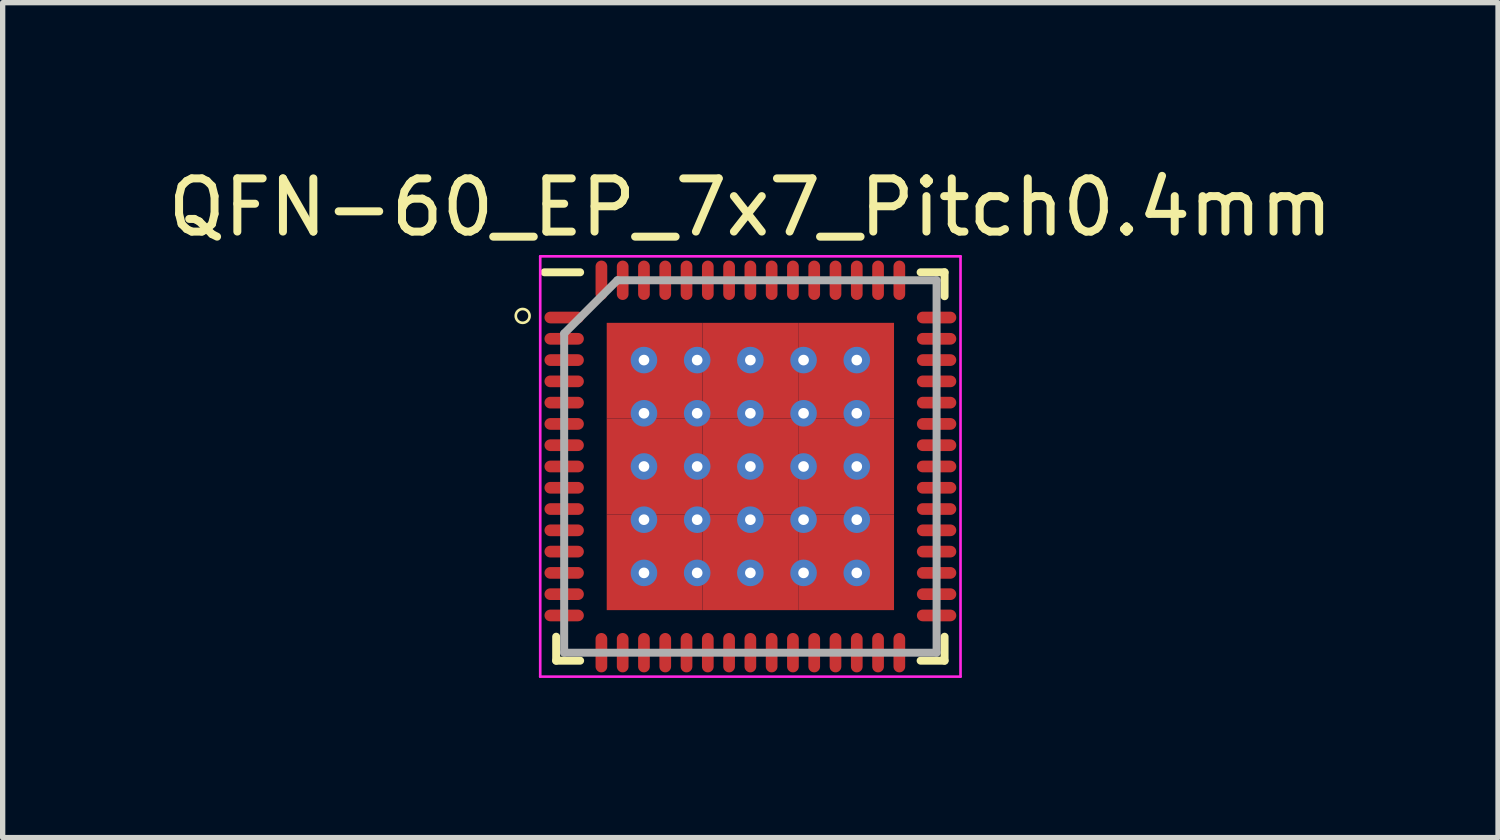
<source format=kicad_pcb>
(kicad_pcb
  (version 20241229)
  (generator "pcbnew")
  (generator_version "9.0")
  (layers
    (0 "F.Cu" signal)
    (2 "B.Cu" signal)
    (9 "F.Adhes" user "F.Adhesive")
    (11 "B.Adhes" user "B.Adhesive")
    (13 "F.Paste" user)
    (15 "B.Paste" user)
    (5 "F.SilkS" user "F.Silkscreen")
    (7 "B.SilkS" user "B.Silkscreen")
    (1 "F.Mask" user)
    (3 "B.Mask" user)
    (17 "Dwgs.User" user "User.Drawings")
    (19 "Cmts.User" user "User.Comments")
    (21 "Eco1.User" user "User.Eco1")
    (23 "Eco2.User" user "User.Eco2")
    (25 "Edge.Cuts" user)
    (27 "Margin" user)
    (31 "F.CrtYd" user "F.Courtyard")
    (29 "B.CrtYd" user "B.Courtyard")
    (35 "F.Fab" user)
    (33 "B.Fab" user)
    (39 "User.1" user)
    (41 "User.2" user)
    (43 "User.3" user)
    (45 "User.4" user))
  (footprint "QFN-60_EP_7x7_Pitch0.4mm"
    (layer "F.Cu")
    (at 11.054 5.718)
    (property "Reference" "QFN-60_EP_7x7_Pitch0.4mm" (at 0 -4.87 0) (layer "F.SilkS") (effects (font (size 1 1) (thickness 0.15))))
    (attr smd)
    (fp_line (start -3.65 3.65) (end -3.65 3.2) (stroke (width 0.15) (type solid)) (layer "F.SilkS"))
    (fp_line (start -3.2 -3.65) (end -3.87 -3.65) (stroke (width 0.15) (type solid)) (layer "F.SilkS"))
    (fp_line (start -3.2 3.65) (end -3.65 3.65) (stroke (width 0.15) (type solid)) (layer "F.SilkS"))
    (fp_line (start 3.2 -3.65) (end 3.65 -3.65) (stroke (width 0.15) (type solid)) (layer "F.SilkS"))
    (fp_line (start 3.2 3.65) (end 3.65 3.65) (stroke (width 0.15) (type solid)) (layer "F.SilkS"))
    (fp_line (start 3.65 -3.65) (end 3.65 -3.2) (stroke (width 0.15) (type solid)) (layer "F.SilkS"))
    (fp_line (start 3.65 3.65) (end 3.65 3.2) (stroke (width 0.15) (type solid)) (layer "F.SilkS"))
    (fp_circle (center -4.28 -2.83) (end -4.15 -2.83) (stroke (width 0.05) (type solid)) (fill no) (layer "F.SilkS"))
    (fp_line (start -3.95 -3.95) (end 3.95 -3.95) (stroke (width 0.05) (type solid)) (layer "F.CrtYd"))
    (fp_line (start -3.95 3.95) (end -3.95 -3.95) (stroke (width 0.05) (type solid)) (layer "F.CrtYd"))
    (fp_line (start 3.95 -3.95) (end 3.95 3.95) (stroke (width 0.05) (type solid)) (layer "F.CrtYd"))
    (fp_line (start 3.95 3.95) (end -3.95 3.95) (stroke (width 0.05) (type solid)) (layer "F.CrtYd"))
    (fp_line (start -3.5 -2.5) (end -3.5 3.5) (stroke (width 0.15) (type solid)) (layer "F.Fab"))
    (fp_line (start -3.5 3.5) (end 3.5 3.5) (stroke (width 0.15) (type solid)) (layer "F.Fab"))
    (fp_line (start -2.5 -3.5) (end -3.5 -2.5) (stroke (width 0.15) (type solid)) (layer "F.Fab"))
    (fp_line (start 3.5 -3.5) (end -2.5 -3.5) (stroke (width 0.15) (type solid)) (layer "F.Fab"))
    (fp_line (start 3.5 3.5) (end 3.5 -3.5) (stroke (width 0.15) (type solid)) (layer "F.Fab"))
    (pad "1" smd oval (at -3.5 -2.8 90) (size 0.22 0.74) (layers "F.Cu" "F.Mask" "F.Paste"))
    (pad "2" smd oval (at -3.5 -2.4 90) (size 0.22 0.74) (layers "F.Cu" "F.Mask" "F.Paste"))
    (pad "3" smd oval (at -3.5 -2 90) (size 0.22 0.74) (layers "F.Cu" "F.Mask" "F.Paste"))
    (pad "4" smd oval (at -3.5 -1.6 90) (size 0.22 0.74) (layers "F.Cu" "F.Mask" "F.Paste"))
    (pad "5" smd oval (at -3.5 -1.2 90) (size 0.22 0.74) (layers "F.Cu" "F.Mask" "F.Paste"))
    (pad "6" smd oval (at -3.5 -0.8 90) (size 0.22 0.74) (layers "F.Cu" "F.Mask" "F.Paste"))
    (pad "7" smd oval (at -3.5 -0.4 90) (size 0.22 0.74) (layers "F.Cu" "F.Mask" "F.Paste"))
    (pad "8" smd oval (at -3.5 0 90) (size 0.22 0.74) (layers "F.Cu" "F.Mask" "F.Paste"))
    (pad "9" smd oval (at -3.5 0.4 90) (size 0.22 0.74) (layers "F.Cu" "F.Mask" "F.Paste"))
    (pad "10" smd oval (at -3.5 0.8 90) (size 0.22 0.74) (layers "F.Cu" "F.Mask" "F.Paste"))
    (pad "11" smd oval (at -3.5 1.2 90) (size 0.22 0.74) (layers "F.Cu" "F.Mask" "F.Paste"))
    (pad "12" smd oval (at -3.5 1.6 90) (size 0.22 0.74) (layers "F.Cu" "F.Mask" "F.Paste"))
    (pad "13" smd oval (at -3.5 2 90) (size 0.22 0.74) (layers "F.Cu" "F.Mask" "F.Paste"))
    (pad "14" smd oval (at -3.5 2.4 90) (size 0.22 0.74) (layers "F.Cu" "F.Mask" "F.Paste"))
    (pad "15" smd oval (at -3.5 2.8 90) (size 0.22 0.74) (layers "F.Cu" "F.Mask" "F.Paste"))
    (pad "16" smd oval (at -2.8 3.5) (size 0.22 0.74) (layers "F.Cu" "F.Mask" "F.Paste"))
    (pad "17" smd oval (at -2.4 3.5) (size 0.22 0.74) (layers "F.Cu" "F.Mask" "F.Paste"))
    (pad "18" smd oval (at -2 3.5) (size 0.22 0.74) (layers "F.Cu" "F.Mask" "F.Paste"))
    (pad "19" smd oval (at -1.6 3.5) (size 0.22 0.74) (layers "F.Cu" "F.Mask" "F.Paste"))
    (pad "20" smd oval (at -1.2 3.5) (size 0.22 0.74) (layers "F.Cu" "F.Mask" "F.Paste"))
    (pad "21" smd oval (at -0.8 3.5) (size 0.22 0.74) (layers "F.Cu" "F.Mask" "F.Paste"))
    (pad "22" smd oval (at -0.4 3.5) (size 0.22 0.74) (layers "F.Cu" "F.Mask" "F.Paste"))
    (pad "23" smd oval (at 0 3.5) (size 0.22 0.74) (layers "F.Cu" "F.Mask" "F.Paste"))
    (pad "24" smd oval (at 0.4 3.5) (size 0.22 0.74) (layers "F.Cu" "F.Mask" "F.Paste"))
    (pad "25" smd oval (at 0.8 3.5) (size 0.22 0.74) (layers "F.Cu" "F.Mask" "F.Paste"))
    (pad "26" smd oval (at 1.2 3.5) (size 0.22 0.74) (layers "F.Cu" "F.Mask" "F.Paste"))
    (pad "27" smd oval (at 1.6 3.5) (size 0.22 0.74) (layers "F.Cu" "F.Mask" "F.Paste"))
    (pad "28" smd oval (at 2 3.5) (size 0.22 0.74) (layers "F.Cu" "F.Mask" "F.Paste"))
    (pad "29" smd oval (at 2.4 3.5) (size 0.22 0.74) (layers "F.Cu" "F.Mask" "F.Paste"))
    (pad "30" smd oval (at 2.8 3.5) (size 0.22 0.74) (layers "F.Cu" "F.Mask" "F.Paste"))
    (pad "31" smd oval (at 3.5 2.8 90) (size 0.22 0.74) (layers "F.Cu" "F.Mask" "F.Paste"))
    (pad "32" smd oval (at 3.5 2.4 90) (size 0.22 0.74) (layers "F.Cu" "F.Mask" "F.Paste"))
    (pad "33" smd oval (at 3.5 2 90) (size 0.22 0.74) (layers "F.Cu" "F.Mask" "F.Paste"))
    (pad "34" smd oval (at 3.5 1.6 90) (size 0.22 0.74) (layers "F.Cu" "F.Mask" "F.Paste"))
    (pad "35" smd oval (at 3.5 1.2 90) (size 0.22 0.74) (layers "F.Cu" "F.Mask" "F.Paste"))
    (pad "36" smd oval (at 3.5 0.8 90) (size 0.22 0.74) (layers "F.Cu" "F.Mask" "F.Paste"))
    (pad "37" smd oval (at 3.5 0.4 90) (size 0.22 0.74) (layers "F.Cu" "F.Mask" "F.Paste"))
    (pad "38" smd oval (at 3.5 0 90) (size 0.22 0.74) (layers "F.Cu" "F.Mask" "F.Paste"))
    (pad "39" smd oval (at 3.5 -0.4 90) (size 0.22 0.74) (layers "F.Cu" "F.Mask" "F.Paste"))
    (pad "40" smd oval (at 3.5 -0.8 90) (size 0.22 0.74) (layers "F.Cu" "F.Mask" "F.Paste"))
    (pad "41" smd oval (at 3.5 -1.2 90) (size 0.22 0.74) (layers "F.Cu" "F.Mask" "F.Paste"))
    (pad "42" smd oval (at 3.5 -1.6 90) (size 0.22 0.74) (layers "F.Cu" "F.Mask" "F.Paste"))
    (pad "43" smd oval (at 3.5 -2 90) (size 0.22 0.74) (layers "F.Cu" "F.Mask" "F.Paste"))
    (pad "44" smd oval (at 3.5 -2.4 90) (size 0.22 0.74) (layers "F.Cu" "F.Mask" "F.Paste"))
    (pad "45" smd oval (at 3.5 -2.8 90) (size 0.22 0.74) (layers "F.Cu" "F.Mask" "F.Paste"))
    (pad "46" smd oval (at 2.8 -3.5) (size 0.22 0.74) (layers "F.Cu" "F.Mask" "F.Paste"))
    (pad "47" smd oval (at 2.4 -3.5) (size 0.22 0.74) (layers "F.Cu" "F.Mask" "F.Paste"))
    (pad "48" smd oval (at 2 -3.5) (size 0.22 0.74) (layers "F.Cu" "F.Mask" "F.Paste"))
    (pad "49" smd oval (at 1.6 -3.5) (size 0.22 0.74) (layers "F.Cu" "F.Mask" "F.Paste"))
    (pad "50" smd oval (at 1.2 -3.5) (size 0.22 0.74) (layers "F.Cu" "F.Mask" "F.Paste"))
    (pad "51" smd oval (at 0.8 -3.5) (size 0.22 0.74) (layers "F.Cu" "F.Mask" "F.Paste"))
    (pad "52" smd oval (at 0.4 -3.5) (size 0.22 0.74) (layers "F.Cu" "F.Mask" "F.Paste"))
    (pad "53" smd oval (at 0 -3.5) (size 0.22 0.74) (layers "F.Cu" "F.Mask" "F.Paste"))
    (pad "54" smd oval (at -0.4 -3.5) (size 0.22 0.74) (layers "F.Cu" "F.Mask" "F.Paste"))
    (pad "55" smd oval (at -0.8 -3.5) (size 0.22 0.74) (layers "F.Cu" "F.Mask" "F.Paste"))
    (pad "56" smd oval (at -1.2 -3.5) (size 0.22 0.74) (layers "F.Cu" "F.Mask" "F.Paste"))
    (pad "57" smd oval (at -1.6 -3.5) (size 0.22 0.74) (layers "F.Cu" "F.Mask" "F.Paste"))
    (pad "58" smd oval (at -2 -3.5) (size 0.22 0.74) (layers "F.Cu" "F.Mask" "F.Paste"))
    (pad "59" smd oval (at -2.4 -3.5) (size 0.22 0.74) (layers "F.Cu" "F.Mask" "F.Paste"))
    (pad "60" smd oval (at -2.8 -3.5) (size 0.22 0.74) (layers "F.Cu" "F.Mask" "F.Paste"))
    (pad "61" thru_hole circle (at -2 -2) (size 0.5 0.5) (drill 0.2) (layers "*.Cu" "*.Mask"))
    (pad "61" thru_hole circle (at -2 -1) (size 0.5 0.5) (drill 0.2) (layers "*.Cu" "*.Mask"))
    (pad "61" thru_hole circle (at -2 0) (size 0.5 0.5) (drill 0.2) (layers "*.Cu" "*.Mask"))
    (pad "61" thru_hole circle (at -2 1) (size 0.5 0.5) (drill 0.2) (layers "*.Cu" "*.Mask"))
    (pad "61" thru_hole circle (at -2 2) (size 0.5 0.5) (drill 0.2) (layers "*.Cu" "*.Mask"))
    (pad "61" smd rect (at -1.8 -1.8) (size 1.8 1.8) (layers "F.Cu" "F.Mask" "F.Paste"))
    (pad "61" smd rect (at -1.8 0) (size 1.8 1.8) (layers "F.Cu" "F.Mask" "F.Paste"))
    (pad "61" smd rect (at -1.8 1.8) (size 1.8 1.8) (layers "F.Cu" "F.Mask" "F.Paste"))
    (pad "61" thru_hole circle (at -1 -2) (size 0.5 0.5) (drill 0.2) (layers "*.Cu" "*.Mask"))
    (pad "61" thru_hole circle (at -1 -1) (size 0.5 0.5) (drill 0.2) (layers "*.Cu" "*.Mask"))
    (pad "61" thru_hole circle (at -1 0) (size 0.5 0.5) (drill 0.2) (layers "*.Cu" "*.Mask"))
    (pad "61" thru_hole circle (at -1 1) (size 0.5 0.5) (drill 0.2) (layers "*.Cu" "*.Mask"))
    (pad "61" thru_hole circle (at -1 2) (size 0.5 0.5) (drill 0.2) (layers "*.Cu" "*.Mask"))
    (pad "61" thru_hole circle (at 0 -2) (size 0.5 0.5) (drill 0.2) (layers "*.Cu" "*.Mask"))
    (pad "61" smd rect (at 0 -1.8) (size 1.8 1.8) (layers "F.Cu" "F.Mask" "F.Paste"))
    (pad "61" thru_hole circle (at 0 -1) (size 0.5 0.5) (drill 0.2) (layers "*.Cu" "*.Mask"))
    (pad "61" thru_hole circle (at 0 0) (size 0.5 0.5) (drill 0.2) (layers "*.Cu" "*.Mask"))
    (pad "61" smd rect (at 0 0) (size 1.8 1.8) (layers "F.Cu" "F.Mask" "F.Paste"))
    (pad "61" thru_hole circle (at 0 1) (size 0.5 0.5) (drill 0.2) (layers "*.Cu" "*.Mask"))
    (pad "61" smd rect (at 0 1.8) (size 1.8 1.8) (layers "F.Cu" "F.Mask" "F.Paste"))
    (pad "61" thru_hole circle (at 0 2) (size 0.5 0.5) (drill 0.2) (layers "*.Cu" "*.Mask"))
    (pad "61" thru_hole circle (at 1 -2) (size 0.5 0.5) (drill 0.2) (layers "*.Cu" "*.Mask"))
    (pad "61" thru_hole circle (at 1 -1) (size 0.5 0.5) (drill 0.2) (layers "*.Cu" "*.Mask"))
    (pad "61" thru_hole circle (at 1 0) (size 0.5 0.5) (drill 0.2) (layers "*.Cu" "*.Mask"))
    (pad "61" thru_hole circle (at 1 1) (size 0.5 0.5) (drill 0.2) (layers "*.Cu" "*.Mask"))
    (pad "61" thru_hole circle (at 1 2) (size 0.5 0.5) (drill 0.2) (layers "*.Cu" "*.Mask"))
    (pad "61" smd rect (at 1.8 -1.8) (size 1.8 1.8) (layers "F.Cu" "F.Mask" "F.Paste"))
    (pad "61" smd rect (at 1.8 0) (size 1.8 1.8) (layers "F.Cu" "F.Mask" "F.Paste"))
    (pad "61" smd rect (at 1.8 1.8) (size 1.8 1.8) (layers "F.Cu" "F.Mask" "F.Paste"))
    (pad "61" thru_hole circle (at 2 -2) (size 0.5 0.5) (drill 0.2) (layers "*.Cu" "*.Mask"))
    (pad "61" thru_hole circle (at 2 -1) (size 0.5 0.5) (drill 0.2) (layers "*.Cu" "*.Mask"))
    (pad "61" thru_hole circle (at 2 0) (size 0.5 0.5) (drill 0.2) (layers "*.Cu" "*.Mask"))
    (pad "61" thru_hole circle (at 2 1) (size 0.5 0.5) (drill 0.2) (layers "*.Cu" "*.Mask"))
    (pad "61" thru_hole circle (at 2 2) (size 0.5 0.5) (drill 0.2) (layers "*.Cu" "*.Mask")))
  (gr_rect
    (start -3 -3)
    (end 25.107 12.693)
    (stroke (width 0.1) (type default))
    (fill no)
    (layer "Edge.Cuts")))
</source>
